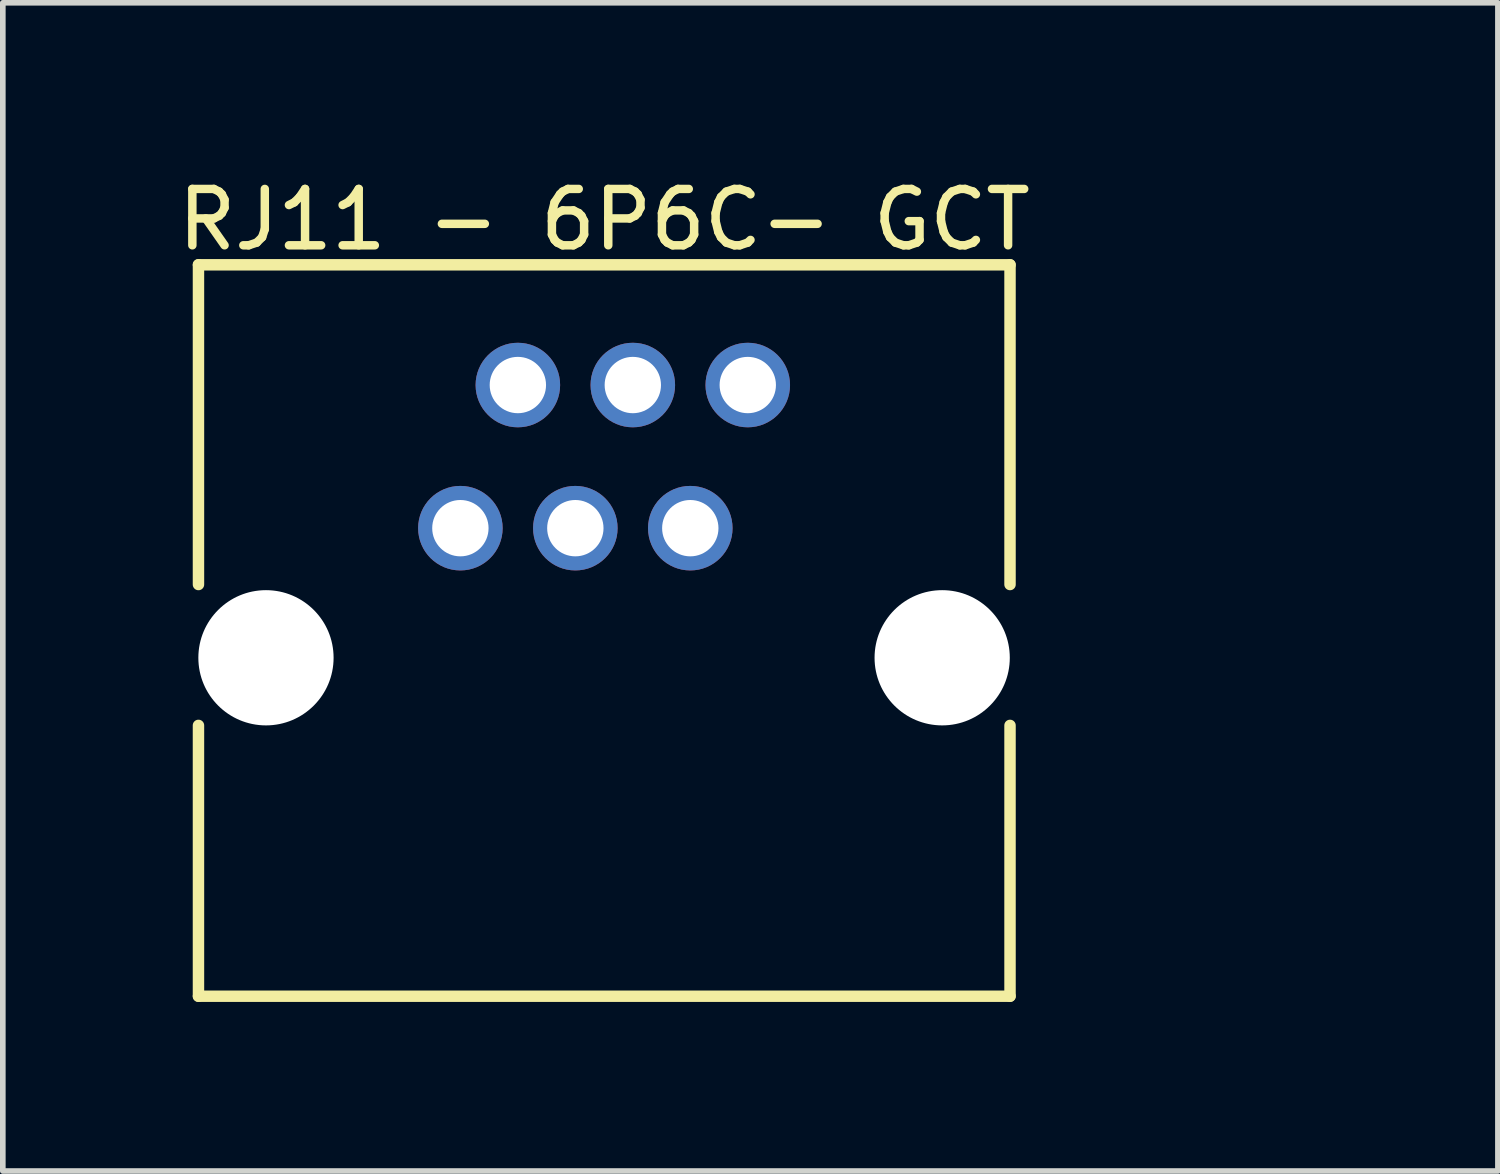
<source format=kicad_pcb>
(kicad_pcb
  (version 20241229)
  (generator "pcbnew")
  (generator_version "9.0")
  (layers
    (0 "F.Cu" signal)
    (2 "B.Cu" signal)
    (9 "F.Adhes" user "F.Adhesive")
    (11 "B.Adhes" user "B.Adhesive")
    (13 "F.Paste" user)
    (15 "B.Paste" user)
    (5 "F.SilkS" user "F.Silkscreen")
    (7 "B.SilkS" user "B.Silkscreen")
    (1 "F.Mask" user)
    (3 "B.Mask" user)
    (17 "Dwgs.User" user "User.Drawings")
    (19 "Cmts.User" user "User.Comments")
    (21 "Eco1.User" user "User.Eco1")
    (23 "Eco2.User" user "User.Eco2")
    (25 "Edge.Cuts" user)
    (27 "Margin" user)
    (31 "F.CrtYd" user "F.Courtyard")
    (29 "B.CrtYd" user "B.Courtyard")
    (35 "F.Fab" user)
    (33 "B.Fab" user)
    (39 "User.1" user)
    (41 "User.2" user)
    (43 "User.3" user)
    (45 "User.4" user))
  (footprint "RJ11 - 6P6C- GCT"
    (layer "F.Cu")
    (at 5.12 6.323)
    (property "Reference" "RJ11 - 6P6C- GCT" (at 2.553 -5.475 0) (layer "F.SilkS") (effects (font (size 1 1) (thickness 0.15))))
    (fp_line (start -4.648 -4.674) (end 9.754 -4.674) (stroke (width 0.203) (type solid)) (layer "F.SilkS"))
    (fp_line (start -4.648 1) (end -4.648 -4.674) (stroke (width 0.203) (type solid)) (layer "F.SilkS"))
    (fp_line (start -4.648 8.306) (end -4.648 3.5) (stroke (width 0.203) (type solid)) (layer "F.SilkS"))
    (fp_line (start -4.648 8.306) (end 9.754 8.306) (stroke (width 0.203) (type solid)) (layer "F.SilkS"))
    (fp_line (start 9.754 1) (end 9.754 -4.674) (stroke (width 0.203) (type solid)) (layer "F.SilkS"))
    (fp_line (start 9.754 8.306) (end 9.754 3.5) (stroke (width 0.203) (type solid)) (layer "F.SilkS"))
    (fp_line (start -4.572 -4.699) (end 9.779 -4.699) (stroke (width 0.254) (type solid)) (layer "Eco2.User"))
    (fp_line (start -4.572 8.255) (end -4.572 -4.699) (stroke (width 0.254) (type solid)) (layer "Eco2.User"))
    (fp_line (start -4.572 8.255) (end 9.779 8.255) (stroke (width 0.254) (type solid)) (layer "Eco2.User"))
    (fp_line (start 9.779 8.255) (end 9.779 -4.699) (stroke (width 0.254) (type solid)) (layer "Eco2.User"))
    (fp_text_box "${REFERENCE}" (start -0.381 0.89) (end 15.362 3.429) (margins 0 0 0 0) (layer "Eco2.User") (effects (font (size 1.524 1.524) (thickness 0.254)) (justify left top)) (border no) (stroke (width 0.1) (type default)))
    (pad "" np_thru_hole circle (at -3.45 2.3) (size 2.4 2.4) (drill 2.4) (layers "*.Cu" "*.Mask"))
    (pad "" np_thru_hole circle (at 8.55 2.3) (size 2.4 2.4) (drill 2.4) (layers "*.Cu" "*.Mask"))
    (pad "1" thru_hole circle (at 5.1 -2.54) (size 1.5 1.5) (drill 1) (layers "*.Cu" "*.Mask"))
    (pad "6" thru_hole circle (at 0 0) (size 1.5 1.5) (drill 1) (layers "*.Cu" "*.Mask"))
    (pad "A" thru_hole circle (at 3.06 -2.54) (size 1.5 1.5) (drill 1) (layers "*.Cu" "*.Mask"))
    (pad "B" thru_hole circle (at 2.04 0) (size 1.5 1.5) (drill 1) (layers "*.Cu" "*.Mask"))
    (pad "GND" thru_hole circle (at 4.08 0) (size 1.5 1.5) (drill 1) (layers "*.Cu" "*.Mask"))
    (pad "VCC" thru_hole circle (at 1.02 -2.54) (size 1.5 1.5) (drill 1) (layers "*.Cu" "*.Mask")))
  (gr_rect
    (start -3 -3)
    (end 23.532 17.731)
    (stroke (width 0.1) (type default))
    (fill no)
    (layer "Edge.Cuts")))
</source>
